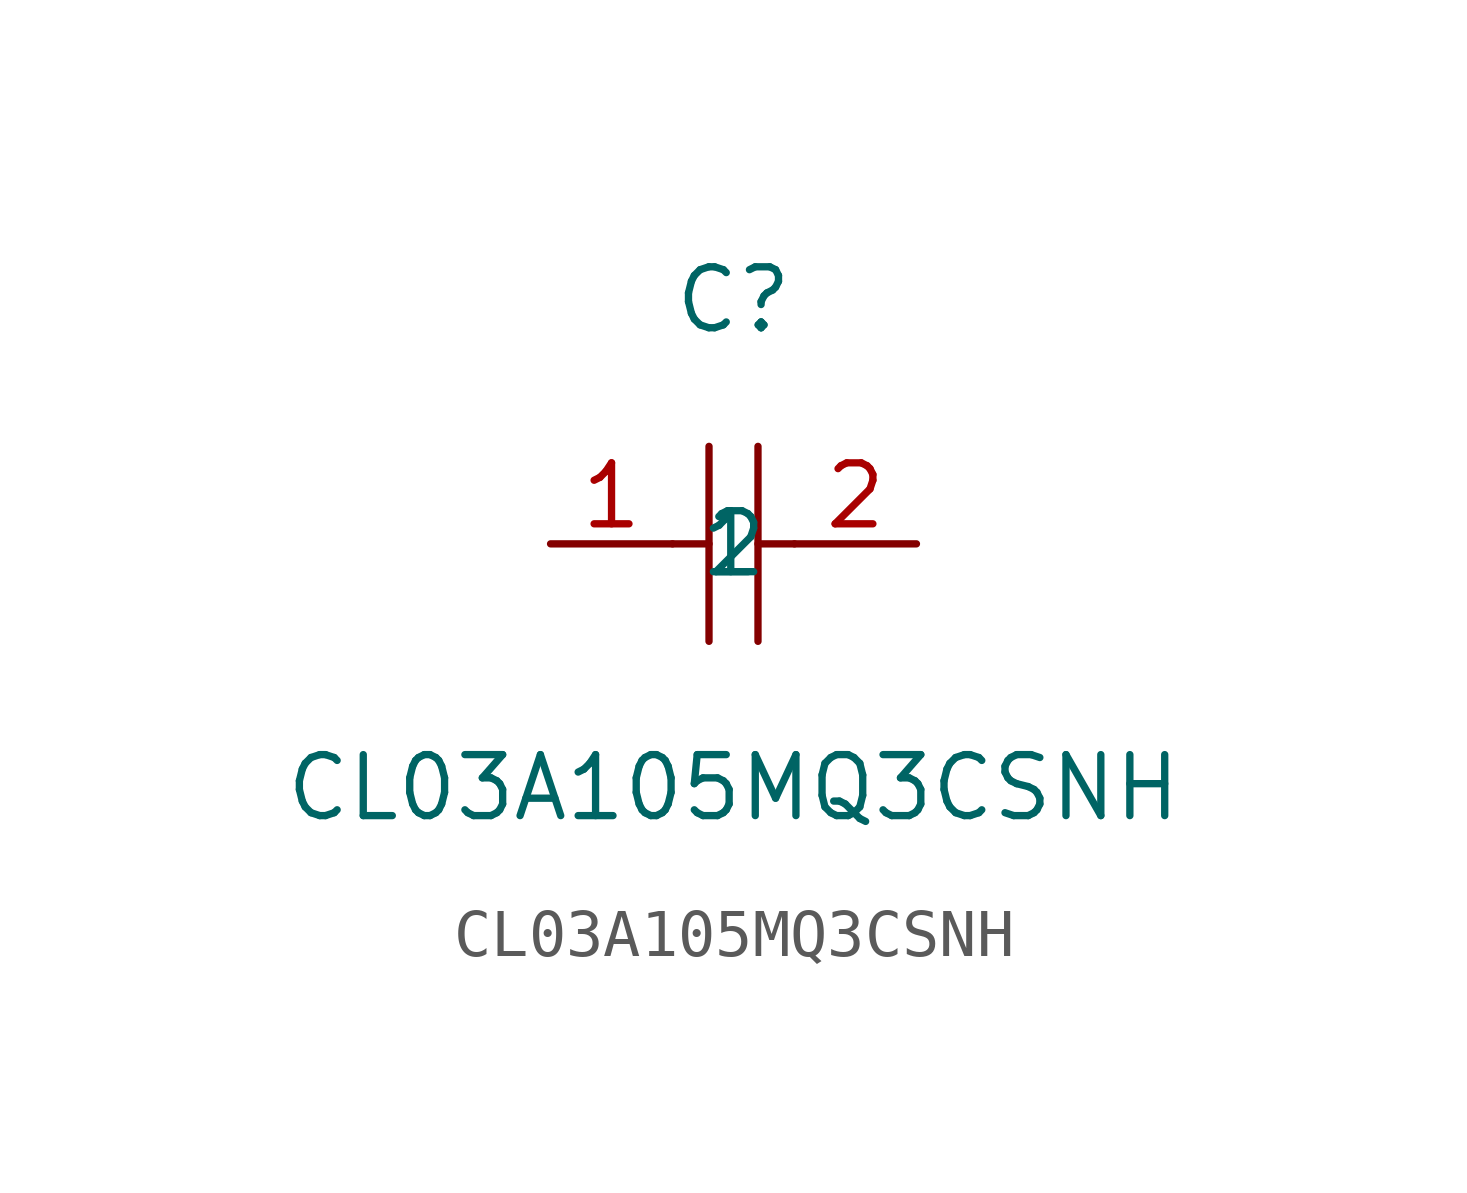
<source format=kicad_sym>
(kicad_symbol_lib
  (version 20211014)
  (generator https://github.com/uPesy/easyeda2kicad.py)
  (symbol "CL03A105MQ3CSNH"
    (property "Reference" "C"
      (at 0 5.08 0)
      (effects (font (size 1.27 1.27))))
    (property "Value" "CL03A105MQ3CSNH"
      (at 0 -5.08 0)
      (effects (font (size 1.27 1.27))))
    (symbol "CL03A105MQ3CSNH_0_1"
      (polyline (pts (xy -0.51 2.03) (xy -0.51 -2.03)) (stroke (width 0) (type default) (color 0 0 0 0)) (fill (type none)))
      (polyline (pts (xy 0.51 2.03) (xy 0.51 -2.03)) (stroke (width 0) (type default) (color 0 0 0 0)) (fill (type none)))
      (polyline (pts (xy -1.27 -0.00) (xy -0.51 -0.00)) (stroke (width 0) (type default) (color 0 0 0 0)) (fill (type none)))
      (polyline (pts (xy 0.51 -0.00) (xy 1.27 -0.00)) (stroke (width 0) (type default) (color 0 0 0 0)) (fill (type none)))
      (pin input line (at -3.81 -0.00 0) (length 2.54) (name "1" (effects (font (size 1.27 1.27)))) (number "1" (effects (font (size 1.27 1.27)))))
      (pin input line (at 3.81 -0.00 180) (length 2.54) (name "2" (effects (font (size 1.27 1.27)))) (number "2" (effects (font (size 1.27 1.27))))))))
</source>
